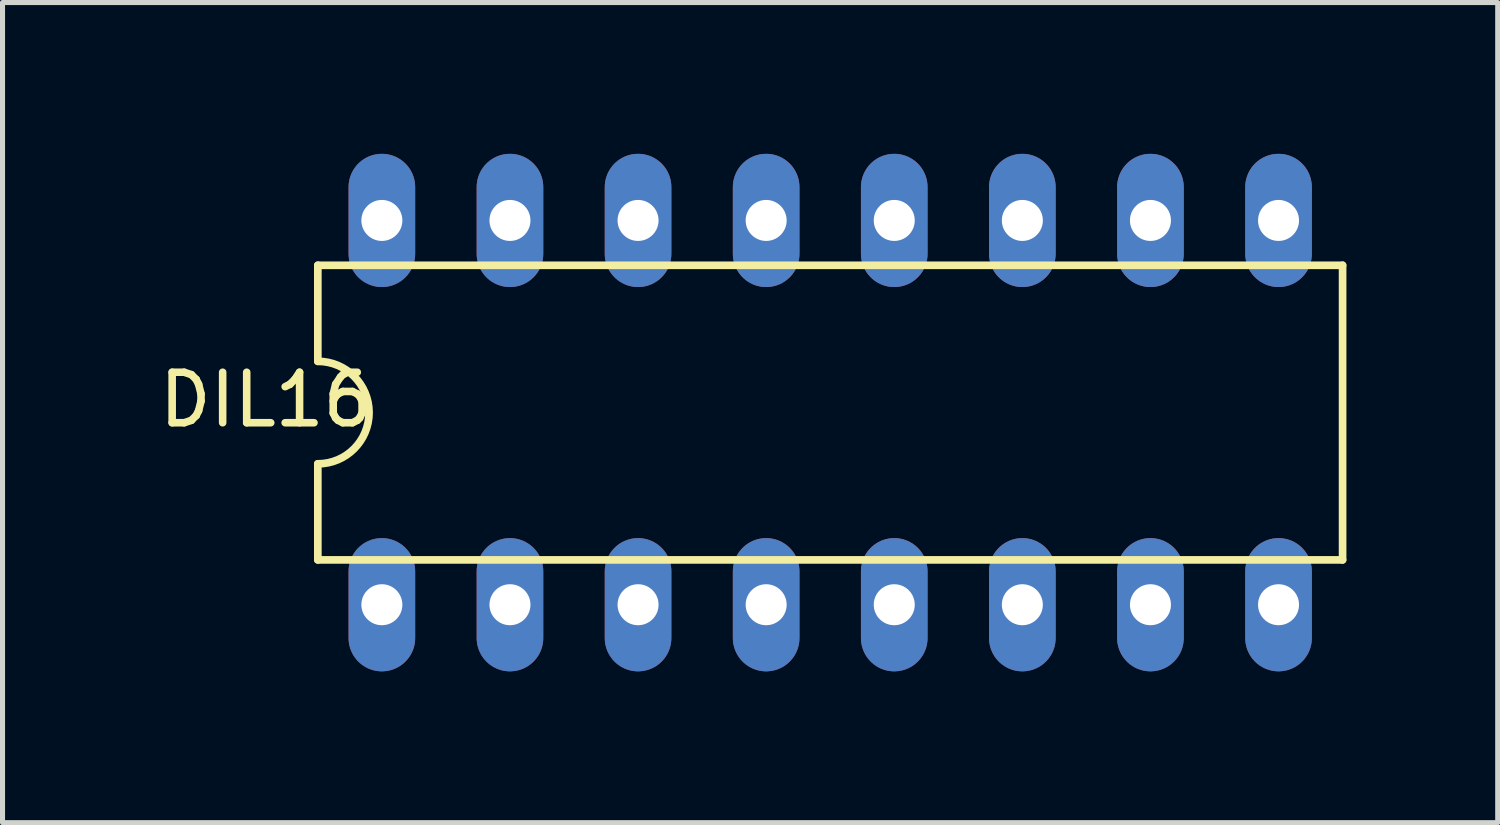
<source format=kicad_pcb>
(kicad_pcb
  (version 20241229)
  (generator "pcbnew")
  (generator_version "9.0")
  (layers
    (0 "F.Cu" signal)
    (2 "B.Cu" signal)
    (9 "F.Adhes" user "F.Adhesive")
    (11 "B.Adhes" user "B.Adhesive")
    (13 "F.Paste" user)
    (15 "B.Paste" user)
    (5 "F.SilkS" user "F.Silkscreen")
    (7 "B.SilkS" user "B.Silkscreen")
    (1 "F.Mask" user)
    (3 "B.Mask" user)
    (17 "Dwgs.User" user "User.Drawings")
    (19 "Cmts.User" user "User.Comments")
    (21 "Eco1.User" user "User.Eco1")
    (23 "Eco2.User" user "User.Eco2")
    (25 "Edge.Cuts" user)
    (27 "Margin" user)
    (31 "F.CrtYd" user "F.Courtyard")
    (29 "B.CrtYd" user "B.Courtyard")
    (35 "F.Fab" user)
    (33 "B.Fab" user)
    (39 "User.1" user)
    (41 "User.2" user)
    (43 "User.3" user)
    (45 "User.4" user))
  (footprint "DIL16"
    (layer "F.Cu")
    (at 13.412 5.131)
    (property "Reference" "DIL16" (at -11.189 -0.254 180) (layer "F.SilkS") (effects (font (size 1.001 1.001) (thickness 0.15))))
    (attr through_hole)
    (fp_line (start -10.16 -2.921) (end -10.16 -1.016) (stroke (width 0.152) (type solid)) (layer "F.SilkS"))
    (fp_line (start -10.16 2.921) (end -10.16 1.016) (stroke (width 0.152) (type solid)) (layer "F.SilkS"))
    (fp_line (start -10.16 2.921) (end 10.16 2.921) (stroke (width 0.152) (type solid)) (layer "F.SilkS"))
    (fp_line (start 10.16 -2.921) (end -10.16 -2.921) (stroke (width 0.152) (type solid)) (layer "F.SilkS"))
    (fp_line (start 10.16 -2.921) (end 10.16 2.921) (stroke (width 0.152) (type solid)) (layer "F.SilkS"))
    (fp_arc (start -10.16 -1.016) (mid -9.144 0) (end -10.16 1.016) (stroke (width 0.1524) (type solid)) (layer "F.SilkS"))
    (pad "1" thru_hole oval (at -8.89 3.81) (size 1.321 2.642) (drill 0.813) (layers "*.Cu" "*.Mask"))
    (pad "2" thru_hole oval (at -6.35 3.81) (size 1.321 2.642) (drill 0.813) (layers "*.Cu" "*.Mask"))
    (pad "3" thru_hole oval (at -3.81 3.81) (size 1.321 2.642) (drill 0.813) (layers "*.Cu" "*.Mask"))
    (pad "4" thru_hole oval (at -1.27 3.81) (size 1.321 2.642) (drill 0.813) (layers "*.Cu" "*.Mask"))
    (pad "5" thru_hole oval (at 1.27 3.81) (size 1.321 2.642) (drill 0.813) (layers "*.Cu" "*.Mask"))
    (pad "6" thru_hole oval (at 3.81 3.81) (size 1.321 2.642) (drill 0.813) (layers "*.Cu" "*.Mask"))
    (pad "7" thru_hole oval (at 6.35 3.81) (size 1.321 2.642) (drill 0.813) (layers "*.Cu" "*.Mask"))
    (pad "8" thru_hole oval (at 8.89 3.81) (size 1.321 2.642) (drill 0.813) (layers "*.Cu" "*.Mask"))
    (pad "9" thru_hole oval (at 8.89 -3.81) (size 1.321 2.642) (drill 0.813) (layers "*.Cu" "*.Mask"))
    (pad "10" thru_hole oval (at 6.35 -3.81) (size 1.321 2.642) (drill 0.813) (layers "*.Cu" "*.Mask"))
    (pad "11" thru_hole oval (at 3.81 -3.81) (size 1.321 2.642) (drill 0.813) (layers "*.Cu" "*.Mask"))
    (pad "12" thru_hole oval (at 1.27 -3.81) (size 1.321 2.642) (drill 0.813) (layers "*.Cu" "*.Mask"))
    (pad "13" thru_hole oval (at -1.27 -3.81) (size 1.321 2.642) (drill 0.813) (layers "*.Cu" "*.Mask"))
    (pad "14" thru_hole oval (at -3.81 -3.81) (size 1.321 2.642) (drill 0.813) (layers "*.Cu" "*.Mask"))
    (pad "15" thru_hole oval (at -6.35 -3.81) (size 1.321 2.642) (drill 0.813) (layers "*.Cu" "*.Mask"))
    (pad "16" thru_hole oval (at -8.89 -3.81) (size 1.321 2.642) (drill 0.813) (layers "*.Cu" "*.Mask")))
  (gr_rect
    (start -3 -3)
    (end 26.648 13.262)
    (stroke (width 0.1) (type default))
    (fill no)
    (layer "Edge.Cuts")))
</source>
